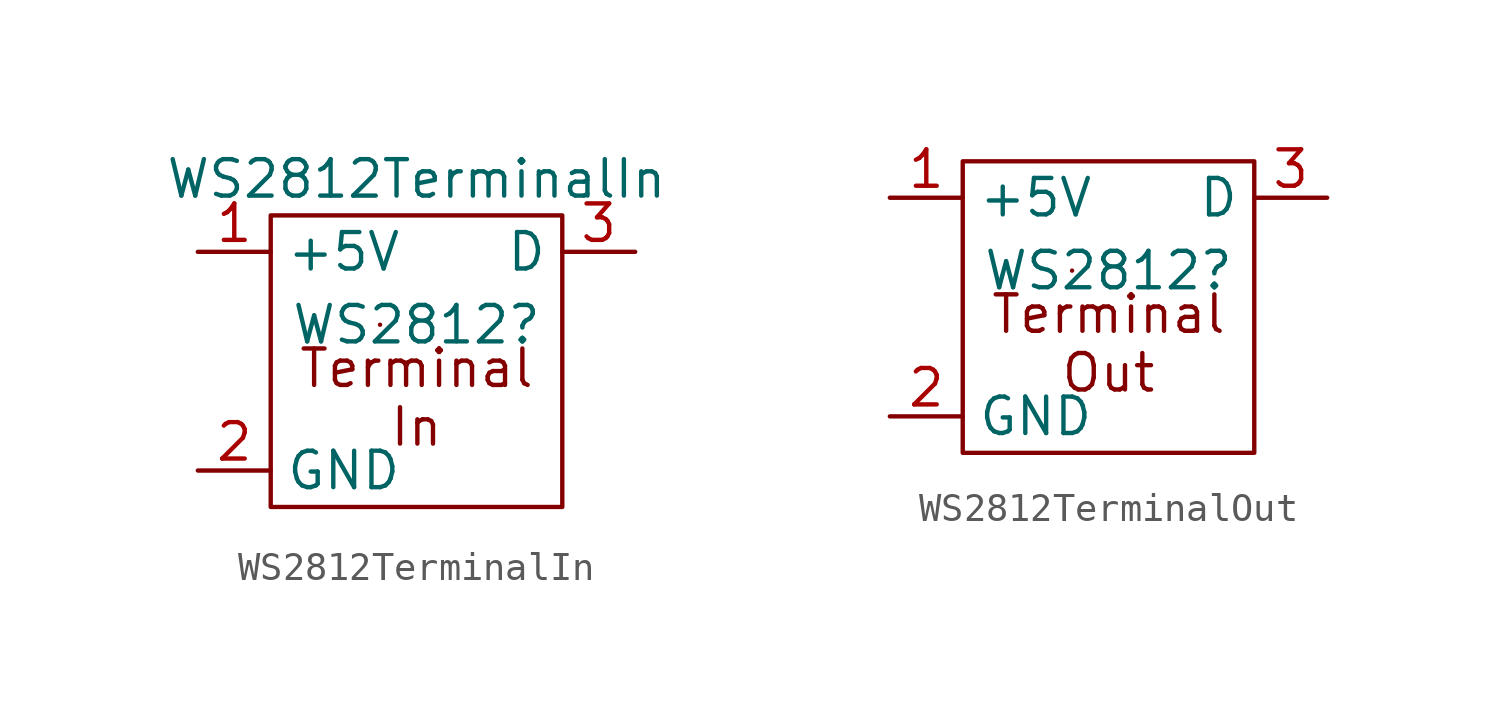
<source format=kicad_sym>
(kicad_symbol_lib
  (version 20220914)
  (generator kicad_symbol_editor)
  (symbol "WS2812TerminalIn"
    (property "Reference" "WS2812"
      (at 0 1.27 0)
      (effects (font (size 1.27 1.27))))
    (property "Value" "WS2812TerminalIn"
      (at 0 6.35 0)
      (effects (font (size 1.27 1.27))))
    (symbol "WS2812TerminalIn_0_1"
      (rectangle (start -5.08 5.08) (end 5.08 -5.08) (stroke (width 0) (type default)) (fill (type none)))
      (rectangle (start -1.27 1.27) (end -1.27 1.27) (stroke (width 0) (type default)) (fill (type none))))
    (symbol "WS2812TerminalIn_1_1"
      (text "Terminal\nIn" (at 0 -1.27 0) (effects (font (size 1.27 1.27))))
      (pin input line (at -7.62 3.81 0) (length 2.54) (name "+5V" (effects (font (size 1.27 1.27)))) (number "1" (effects (font (size 1.27 1.27)))))
      (pin input line (at -7.62 -3.81 0) (length 2.54) (name "GND" (effects (font (size 1.27 1.27)))) (number "2" (effects (font (size 1.27 1.27)))))
      (pin input line (at 7.62 3.81 180) (length 2.54) (name "D" (effects (font (size 1.27 1.27)))) (number "3" (effects (font (size 1.27 1.27)))))))
  (symbol "WS2812TerminalOut"
    (property "Reference" "WS2812"
      (at 0 1.27 0)
      (effects (font (size 1.27 1.27))))
    (property "Value" ""
      (at 0 0 0)
      (effects (font (size 1.27 1.27))))
    (symbol "WS2812TerminalOut_0_1"
      (rectangle (start -5.08 5.08) (end 5.08 -5.08) (stroke (width 0) (type default)) (fill (type none)))
      (rectangle (start -1.27 1.27) (end -1.27 1.27) (stroke (width 0) (type default)) (fill (type none))))
    (symbol "WS2812TerminalOut_1_1"
      (text "Terminal\nOut" (at 0 -1.27 0) (effects (font (size 1.27 1.27))))
      (pin input line (at -7.62 3.81 0) (length 2.54) (name "+5V" (effects (font (size 1.27 1.27)))) (number "1" (effects (font (size 1.27 1.27)))))
      (pin input line (at -7.62 -3.81 0) (length 2.54) (name "GND" (effects (font (size 1.27 1.27)))) (number "2" (effects (font (size 1.27 1.27)))))
      (pin output line (at 7.62 3.81 180) (length 2.54) (name "D" (effects (font (size 1.27 1.27)))) (number "3" (effects (font (size 1.27 1.27))))))))
</source>
